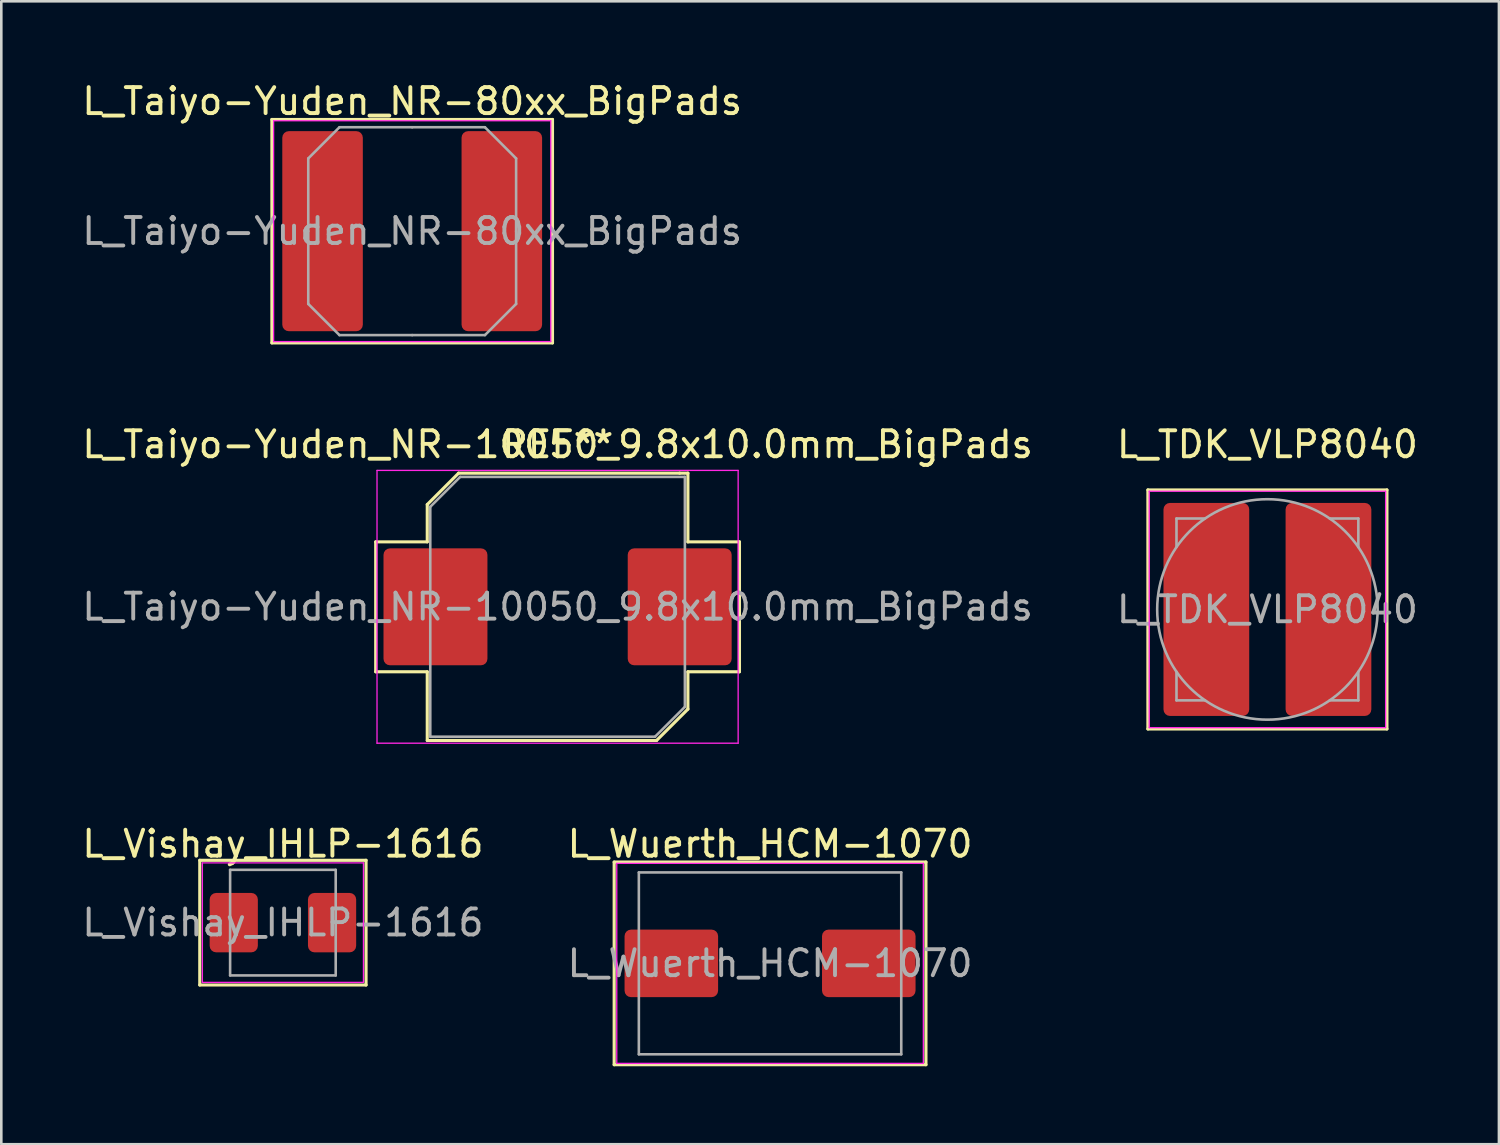
<source format=kicad_pcb>
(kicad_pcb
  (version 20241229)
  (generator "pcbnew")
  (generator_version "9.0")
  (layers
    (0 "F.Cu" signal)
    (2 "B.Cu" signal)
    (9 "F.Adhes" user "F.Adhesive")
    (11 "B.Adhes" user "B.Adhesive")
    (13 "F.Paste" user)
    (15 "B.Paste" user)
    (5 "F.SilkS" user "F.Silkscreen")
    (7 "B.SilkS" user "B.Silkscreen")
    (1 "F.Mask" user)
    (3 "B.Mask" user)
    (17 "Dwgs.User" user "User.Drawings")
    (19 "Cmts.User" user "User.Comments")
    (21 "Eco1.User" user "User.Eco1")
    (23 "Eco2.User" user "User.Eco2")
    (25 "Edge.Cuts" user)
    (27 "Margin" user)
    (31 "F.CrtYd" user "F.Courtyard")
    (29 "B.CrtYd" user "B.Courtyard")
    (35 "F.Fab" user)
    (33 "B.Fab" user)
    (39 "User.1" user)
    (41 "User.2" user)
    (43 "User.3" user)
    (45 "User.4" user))
  (footprint "L_Taiyo-Yuden_NR-10050_9.8x10.0mm_BigPads"
    (layer "F.Cu")
    (at 18.411 20.306)
    (property "Reference" "L_Taiyo-Yuden_NR-10050_9.8x10.0mm_BigPads" (at 0 -6.25 0) (layer "F.SilkS") (effects (font (size 1 1) (thickness 0.15))))
    (attr smd)
    (fp_line (start -7 -2.5) (end -7 2.5) (stroke (width 0.12) (type solid)) (layer "F.SilkS"))
    (fp_line (start -7 2.5) (end -5.016 2.5) (stroke (width 0.12) (type solid)) (layer "F.SilkS"))
    (fp_line (start -5.016 -3.937) (end -5.016 -2.5) (stroke (width 0.12) (type solid)) (layer "F.SilkS"))
    (fp_line (start -5.016 -2.5) (end -7 -2.5) (stroke (width 0.12) (type solid)) (layer "F.SilkS"))
    (fp_line (start -5.016 5.144) (end -5.016 2.5) (stroke (width 0.12) (type solid)) (layer "F.SilkS"))
    (fp_line (start -4.699 5.144) (end -5.016 5.144) (stroke (width 0.12) (type solid)) (layer "F.SilkS"))
    (fp_line (start -4.699 5.144) (end 3.81 5.144) (stroke (width 0.12) (type solid)) (layer "F.SilkS"))
    (fp_line (start -3.81 -5.144) (end -5.016 -3.937) (stroke (width 0.12) (type solid)) (layer "F.SilkS"))
    (fp_line (start 3.81 5.144) (end 5.016 3.937) (stroke (width 0.12) (type solid)) (layer "F.SilkS"))
    (fp_line (start 4.699 -5.144) (end -3.81 -5.144) (stroke (width 0.12) (type solid)) (layer "F.SilkS"))
    (fp_line (start 4.699 -5.144) (end 5.016 -5.144) (stroke (width 0.12) (type solid)) (layer "F.SilkS"))
    (fp_line (start 5.016 -5.144) (end 5.016 -2.5) (stroke (width 0.12) (type solid)) (layer "F.SilkS"))
    (fp_line (start 5.016 -2.5) (end 7 -2.5) (stroke (width 0.12) (type solid)) (layer "F.SilkS"))
    (fp_line (start 5.016 3.937) (end 5.016 2.5) (stroke (width 0.12) (type solid)) (layer "F.SilkS"))
    (fp_line (start 7 -2.5) (end 7 2.5) (stroke (width 0.12) (type solid)) (layer "F.SilkS"))
    (fp_line (start 7 2.5) (end 5.016 2.5) (stroke (width 0.12) (type solid)) (layer "F.SilkS"))
    (fp_line (start -6.95 -5.25) (end -6.95 5.25) (stroke (width 0.05) (type solid)) (layer "F.CrtYd"))
    (fp_line (start -6.95 5.25) (end 6.95 5.25) (stroke (width 0.05) (type solid)) (layer "F.CrtYd"))
    (fp_line (start 6.95 -5.25) (end -6.95 -5.25) (stroke (width 0.05) (type solid)) (layer "F.CrtYd"))
    (fp_line (start 6.95 5.25) (end 6.95 -5.25) (stroke (width 0.05) (type solid)) (layer "F.CrtYd"))
    (fp_line (start -4.9 -3.85) (end -4.9 5) (stroke (width 0.1) (type solid)) (layer "F.Fab"))
    (fp_line (start -4.9 -3.85) (end -3.75 -5) (stroke (width 0.1) (type solid)) (layer "F.Fab"))
    (fp_line (start -4.9 5) (end 3.75 5) (stroke (width 0.1) (type solid)) (layer "F.Fab"))
    (fp_line (start 3.75 5) (end 4.9 3.85) (stroke (width 0.1) (type solid)) (layer "F.Fab"))
    (fp_line (start 4.9 -5) (end -3.75 -5) (stroke (width 0.1) (type solid)) (layer "F.Fab"))
    (fp_line (start 4.9 3.85) (end 4.9 -5) (stroke (width 0.1) (type solid)) (layer "F.Fab"))
    (fp_text user "REF**" (at 0 -6.25 0) (layer "F.SilkS") (effects (font (size 1 1) (thickness 0.15))))
    (fp_text user "${REFERENCE}" (at 0 0 0) (layer "F.Fab") (effects (font (size 1 1) (thickness 0.15))))
    (pad "1" smd roundrect (at -4.7 0) (size 4 4.5) (layers "F.Cu" "F.Mask" "F.Paste") (roundrect_rratio 0.062))
    (pad "2" smd roundrect (at 4.7 0) (size 4 4.5) (layers "F.Cu" "F.Mask" "F.Paste") (roundrect_rratio 0.062)))
  (footprint "L_TDK_VLP8040"
    (layer "F.Cu")
    (at 45.732 20.407)
    (property "Reference" "L_TDK_VLP8040" (at 0 -6.35 0) (layer "F.SilkS") (effects (font (size 1 1) (thickness 0.15))))
    (attr smd)
    (fp_line (start -4.6 -4.6) (end -4.6 4.6) (stroke (width 0.12) (type solid)) (layer "F.SilkS"))
    (fp_line (start -4.6 4.6) (end 4.6 4.6) (stroke (width 0.12) (type solid)) (layer "F.SilkS"))
    (fp_line (start 4.6 -4.6) (end -4.6 -4.6) (stroke (width 0.12) (type solid)) (layer "F.SilkS"))
    (fp_line (start 4.6 4.6) (end 4.6 -4.6) (stroke (width 0.12) (type solid)) (layer "F.SilkS"))
    (fp_line (start -4.55 -4.55) (end -4.55 4.55) (stroke (width 0.05) (type solid)) (layer "F.CrtYd"))
    (fp_line (start -4.55 4.55) (end 4.55 4.55) (stroke (width 0.05) (type solid)) (layer "F.CrtYd"))
    (fp_line (start 4.55 -4.55) (end -4.55 -4.55) (stroke (width 0.05) (type solid)) (layer "F.CrtYd"))
    (fp_line (start 4.55 4.55) (end 4.55 -4.55) (stroke (width 0.05) (type solid)) (layer "F.CrtYd"))
    (fp_line (start -3.5 -3.5) (end -2.4 -3.5) (stroke (width 0.1) (type solid)) (layer "F.Fab"))
    (fp_line (start -3.5 -2.4) (end -3.5 -3.5) (stroke (width 0.1) (type solid)) (layer "F.Fab"))
    (fp_line (start -3.5 2.4) (end -3.5 3.5) (stroke (width 0.1) (type solid)) (layer "F.Fab"))
    (fp_line (start -3.5 3.5) (end -2.4 3.5) (stroke (width 0.1) (type solid)) (layer "F.Fab"))
    (fp_line (start 3.5 -3.5) (end 2.4 -3.5) (stroke (width 0.1) (type solid)) (layer "F.Fab"))
    (fp_line (start 3.5 -3.5) (end 3.5 -2.4) (stroke (width 0.1) (type solid)) (layer "F.Fab"))
    (fp_line (start 3.5 2.4) (end 3.5 3.5) (stroke (width 0.1) (type solid)) (layer "F.Fab"))
    (fp_line (start 3.5 3.5) (end 2.4 3.5) (stroke (width 0.1) (type solid)) (layer "F.Fab"))
    (fp_circle (center 0 0) (end 3 3) (stroke (width 0.1) (type solid)) (fill no) (layer "F.Fab"))
    (fp_text user "${REFERENCE}" (at 0 0 0) (layer "F.Fab") (effects (font (size 1 1) (thickness 0.15))))
    (pad "1" smd roundrect (at -2.35 0) (size 3.3 8.2) (layers "F.Cu" "F.Mask" "F.Paste") (roundrect_rratio 0.076))
    (pad "2" smd roundrect (at 2.35 0) (size 3.3 8.2) (layers "F.Cu" "F.Mask" "F.Paste") (roundrect_rratio 0.076)))
  (footprint "L_Wuerth_HCM-1070"
    (layer "F.Cu")
    (at 26.589 34.03)
    (property "Reference" "L_Wuerth_HCM-1070" (at 0 -4.6 0) (layer "F.SilkS") (effects (font (size 1 1) (thickness 0.15))))
    (attr smd)
    (fp_line (start -6 -3.9) (end -6 3.9) (stroke (width 0.12) (type solid)) (layer "F.SilkS"))
    (fp_line (start -6 3.9) (end 6 3.9) (stroke (width 0.12) (type solid)) (layer "F.SilkS"))
    (fp_line (start 6 -3.9) (end -6 -3.9) (stroke (width 0.12) (type solid)) (layer "F.SilkS"))
    (fp_line (start 6 3.9) (end 6 -3.9) (stroke (width 0.12) (type solid)) (layer "F.SilkS"))
    (fp_line (start -5.9 -3.85) (end -5.9 3.85) (stroke (width 0.05) (type solid)) (layer "F.CrtYd"))
    (fp_line (start -5.9 3.85) (end 5.9 3.85) (stroke (width 0.05) (type solid)) (layer "F.CrtYd"))
    (fp_line (start 5.9 -3.85) (end -5.9 -3.85) (stroke (width 0.05) (type solid)) (layer "F.CrtYd"))
    (fp_line (start 5.9 3.85) (end 5.9 -3.85) (stroke (width 0.05) (type solid)) (layer "F.CrtYd"))
    (fp_line (start -5.05 -3.5) (end -5.05 3.5) (stroke (width 0.1) (type solid)) (layer "F.Fab"))
    (fp_line (start -5.05 3.5) (end 5.05 3.5) (stroke (width 0.1) (type solid)) (layer "F.Fab"))
    (fp_line (start 5.05 -3.5) (end -5.05 -3.5) (stroke (width 0.1) (type solid)) (layer "F.Fab"))
    (fp_line (start 5.05 3.5) (end 5.05 -3.5) (stroke (width 0.1) (type solid)) (layer "F.Fab"))
    (fp_text user "${REFERENCE}" (at 0 0 0) (layer "F.Fab") (effects (font (size 1 1) (thickness 0.15))))
    (pad "1" smd roundrect (at -3.8 0) (size 3.6 2.6) (layers "F.Cu" "F.Mask" "F.Paste") (roundrect_rratio 0.096))
    (pad "2" smd roundrect (at 3.8 0) (size 3.6 2.6) (layers "F.Cu" "F.Mask" "F.Paste") (roundrect_rratio 0.096)))
  (footprint "L_Taiyo-Yuden_NR-80xx_BigPads"
    (layer "F.Cu")
    (at 12.815 5.848)
    (property "Reference" "L_Taiyo-Yuden_NR-80xx_BigPads" (at 0 -5 0) (layer "F.SilkS") (effects (font (size 1 1) (thickness 0.15))))
    (attr smd)
    (fp_line (start -5.4 -4.3) (end -5.4 4.3) (stroke (width 0.12) (type solid)) (layer "F.SilkS"))
    (fp_line (start -5.4 4.3) (end 5.4 4.3) (stroke (width 0.12) (type solid)) (layer "F.SilkS"))
    (fp_line (start 5.4 -4.3) (end -5.4 -4.3) (stroke (width 0.12) (type solid)) (layer "F.SilkS"))
    (fp_line (start 5.4 4.3) (end 5.4 -4.3) (stroke (width 0.12) (type solid)) (layer "F.SilkS"))
    (fp_line (start -5.334 -4.25) (end -5.334 4.25) (stroke (width 0.05) (type solid)) (layer "F.CrtYd"))
    (fp_line (start -5.334 4.25) (end 5.334 4.25) (stroke (width 0.05) (type solid)) (layer "F.CrtYd"))
    (fp_line (start 5.334 -4.25) (end -5.334 -4.25) (stroke (width 0.05) (type solid)) (layer "F.CrtYd"))
    (fp_line (start 5.334 4.25) (end 5.334 -4.25) (stroke (width 0.05) (type solid)) (layer "F.CrtYd"))
    (fp_line (start -4 -2.8) (end -2.8 -4) (stroke (width 0.1) (type solid)) (layer "F.Fab"))
    (fp_line (start -4 0) (end -4 -2.8) (stroke (width 0.1) (type solid)) (layer "F.Fab"))
    (fp_line (start -4 0) (end -4 2.8) (stroke (width 0.1) (type solid)) (layer "F.Fab"))
    (fp_line (start -4 2.8) (end -2.8 4) (stroke (width 0.1) (type solid)) (layer "F.Fab"))
    (fp_line (start -2.8 -4) (end 0 -4) (stroke (width 0.1) (type solid)) (layer "F.Fab"))
    (fp_line (start -2.8 4) (end 0 4) (stroke (width 0.1) (type solid)) (layer "F.Fab"))
    (fp_line (start 2.8 -4) (end 0 -4) (stroke (width 0.1) (type solid)) (layer "F.Fab"))
    (fp_line (start 2.8 4) (end 0 4) (stroke (width 0.1) (type solid)) (layer "F.Fab"))
    (fp_line (start 4 -2.8) (end 2.8 -4) (stroke (width 0.1) (type solid)) (layer "F.Fab"))
    (fp_line (start 4 0) (end 4 -2.8) (stroke (width 0.1) (type solid)) (layer "F.Fab"))
    (fp_line (start 4 0) (end 4 2.8) (stroke (width 0.1) (type solid)) (layer "F.Fab"))
    (fp_line (start 4 2.8) (end 2.8 4) (stroke (width 0.1) (type solid)) (layer "F.Fab"))
    (fp_text user "${REFERENCE}" (at 0 0 0) (layer "F.Fab") (effects (font (size 1 1) (thickness 0.15))))
    (pad "1" smd roundrect (at -3.45 0) (size 3.1 7.7) (layers "F.Cu" "F.Mask" "F.Paste") (roundrect_rratio 0.081))
    (pad "2" smd roundrect (at 3.45 0) (size 3.1 7.7) (layers "F.Cu" "F.Mask" "F.Paste") (roundrect_rratio 0.081)))
  (footprint "L_Vishay_IHLP-1616"
    (layer "F.Cu")
    (at 7.839 32.462)
    (property "Reference" "L_Vishay_IHLP-1616" (at 0 -3.032 0) (layer "F.SilkS") (effects (font (size 1 1) (thickness 0.15))))
    (attr smd)
    (fp_line (start -3.2 -2.4) (end -3.2 2.4) (stroke (width 0.12) (type solid)) (layer "F.SilkS"))
    (fp_line (start -3.2 2.4) (end 3.2 2.4) (stroke (width 0.12) (type solid)) (layer "F.SilkS"))
    (fp_line (start 3.2 -2.4) (end -3.2 -2.4) (stroke (width 0.12) (type solid)) (layer "F.SilkS"))
    (fp_line (start 3.2 2.4) (end 3.2 -2.4) (stroke (width 0.12) (type solid)) (layer "F.SilkS"))
    (fp_line (start -3.1 -2.3) (end -3.1 2.3) (stroke (width 0.05) (type solid)) (layer "F.CrtYd"))
    (fp_line (start -3.1 2.3) (end 3.1 2.3) (stroke (width 0.05) (type solid)) (layer "F.CrtYd"))
    (fp_line (start 3.1 -2.3) (end -3.1 -2.3) (stroke (width 0.05) (type solid)) (layer "F.CrtYd"))
    (fp_line (start 3.1 2.3) (end 3.1 -2.3) (stroke (width 0.05) (type solid)) (layer "F.CrtYd"))
    (fp_line (start -2.032 -2.032) (end -2.032 2.032) (stroke (width 0.1) (type solid)) (layer "F.Fab"))
    (fp_line (start -2.032 2.032) (end 2.032 2.032) (stroke (width 0.1) (type solid)) (layer "F.Fab"))
    (fp_line (start 2.032 -2.032) (end -2.032 -2.032) (stroke (width 0.1) (type solid)) (layer "F.Fab"))
    (fp_line (start 2.032 2.032) (end 2.032 -2.032) (stroke (width 0.1) (type solid)) (layer "F.Fab"))
    (fp_text user "${REFERENCE}" (at 0 0 0) (layer "F.Fab") (effects (font (size 1 1) (thickness 0.15))))
    (pad "1" smd roundrect (at -1.892 0) (size 1.855 2.286) (layers "F.Cu" "F.Mask" "F.Paste") (roundrect_rratio 0.135))
    (pad "2" smd roundrect (at 1.892 0) (size 1.855 2.286) (layers "F.Cu" "F.Mask" "F.Paste") (roundrect_rratio 0.135)))
  (gr_rect
    (start -3 -3)
    (end 54.643 40.99)
    (stroke (width 0.1) (type default))
    (fill no)
    (layer "Edge.Cuts")))
</source>
